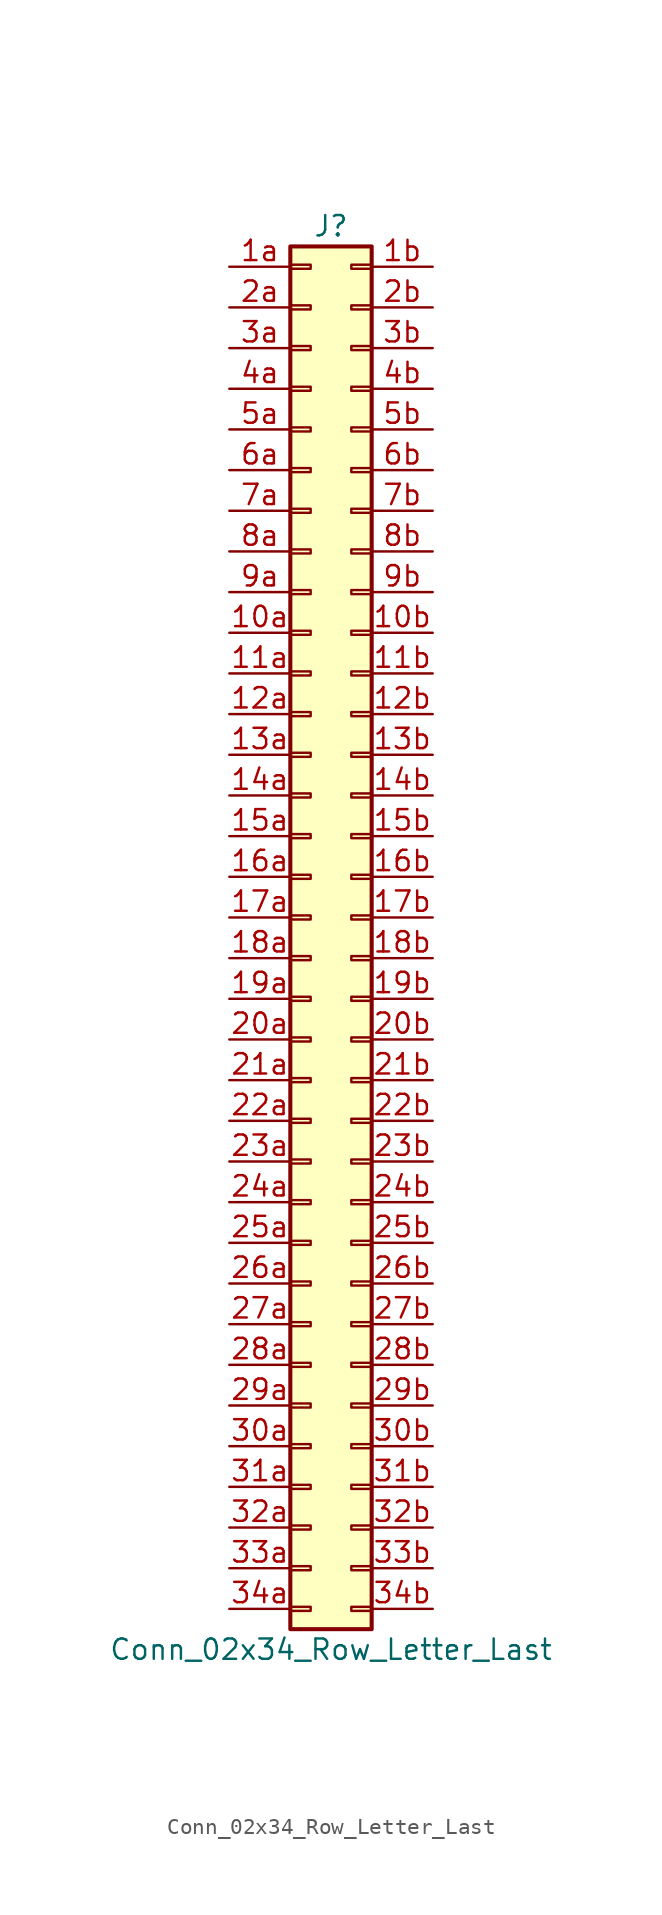
<source format=kicad_sym>
(kicad_symbol_lib
  (version 20220914)
  (generator kicad_symbol_editor)
  (symbol "Conn_02x34_Row_Letter_Last"
    (pin_names
      (offset 1.016) hide)
    (property "Reference" "J"
      (at 1.27 43.18 0)
      (effects (font (size 1.27 1.27))))
    (property "Value" "Conn_02x34_Row_Letter_Last"
      (at 1.27 -45.72 0)
      (effects (font (size 1.27 1.27))))
    (symbol "Conn_02x34_Row_Letter_Last_1_1"
      (rectangle (start -1.27 -43.053) (end 0 -43.307) (stroke (width 0.152) (type default)) (fill (type none)))
      (rectangle (start -1.27 -40.513) (end 0 -40.767) (stroke (width 0.152) (type default)) (fill (type none)))
      (rectangle (start -1.27 -37.973) (end 0 -38.227) (stroke (width 0.152) (type default)) (fill (type none)))
      (rectangle (start -1.27 -35.433) (end 0 -35.687) (stroke (width 0.152) (type default)) (fill (type none)))
      (rectangle (start -1.27 -32.893) (end 0 -33.147) (stroke (width 0.152) (type default)) (fill (type none)))
      (rectangle (start -1.27 -30.353) (end 0 -30.607) (stroke (width 0.152) (type default)) (fill (type none)))
      (rectangle (start -1.27 -27.813) (end 0 -28.067) (stroke (width 0.152) (type default)) (fill (type none)))
      (rectangle (start -1.27 -25.273) (end 0 -25.527) (stroke (width 0.152) (type default)) (fill (type none)))
      (rectangle (start -1.27 -22.733) (end 0 -22.987) (stroke (width 0.152) (type default)) (fill (type none)))
      (rectangle (start -1.27 -20.193) (end 0 -20.447) (stroke (width 0.152) (type default)) (fill (type none)))
      (rectangle (start -1.27 -17.653) (end 0 -17.907) (stroke (width 0.152) (type default)) (fill (type none)))
      (rectangle (start -1.27 -15.113) (end 0 -15.367) (stroke (width 0.152) (type default)) (fill (type none)))
      (rectangle (start -1.27 -12.573) (end 0 -12.827) (stroke (width 0.152) (type default)) (fill (type none)))
      (rectangle (start -1.27 -10.033) (end 0 -10.287) (stroke (width 0.152) (type default)) (fill (type none)))
      (rectangle (start -1.27 -7.493) (end 0 -7.747) (stroke (width 0.152) (type default)) (fill (type none)))
      (rectangle (start -1.27 -4.953) (end 0 -5.207) (stroke (width 0.152) (type default)) (fill (type none)))
      (rectangle (start -1.27 -2.413) (end 0 -2.667) (stroke (width 0.152) (type default)) (fill (type none)))
      (rectangle (start -1.27 0.127) (end 0 -0.127) (stroke (width 0.152) (type default)) (fill (type none)))
      (rectangle (start -1.27 2.667) (end 0 2.413) (stroke (width 0.152) (type default)) (fill (type none)))
      (rectangle (start -1.27 5.207) (end 0 4.953) (stroke (width 0.152) (type default)) (fill (type none)))
      (rectangle (start -1.27 7.747) (end 0 7.493) (stroke (width 0.152) (type default)) (fill (type none)))
      (rectangle (start -1.27 10.287) (end 0 10.033) (stroke (width 0.152) (type default)) (fill (type none)))
      (rectangle (start -1.27 12.827) (end 0 12.573) (stroke (width 0.152) (type default)) (fill (type none)))
      (rectangle (start -1.27 15.367) (end 0 15.113) (stroke (width 0.152) (type default)) (fill (type none)))
      (rectangle (start -1.27 17.907) (end 0 17.653) (stroke (width 0.152) (type default)) (fill (type none)))
      (rectangle (start -1.27 20.447) (end 0 20.193) (stroke (width 0.152) (type default)) (fill (type none)))
      (rectangle (start -1.27 22.987) (end 0 22.733) (stroke (width 0.152) (type default)) (fill (type none)))
      (rectangle (start -1.27 25.527) (end 0 25.273) (stroke (width 0.152) (type default)) (fill (type none)))
      (rectangle (start -1.27 28.067) (end 0 27.813) (stroke (width 0.152) (type default)) (fill (type none)))
      (rectangle (start -1.27 30.607) (end 0 30.353) (stroke (width 0.152) (type default)) (fill (type none)))
      (rectangle (start -1.27 33.147) (end 0 32.893) (stroke (width 0.152) (type default)) (fill (type none)))
      (rectangle (start -1.27 35.687) (end 0 35.433) (stroke (width 0.152) (type default)) (fill (type none)))
      (rectangle (start -1.27 38.227) (end 0 37.973) (stroke (width 0.152) (type default)) (fill (type none)))
      (rectangle (start -1.27 40.767) (end 0 40.513) (stroke (width 0.152) (type default)) (fill (type none)))
      (rectangle (start -1.27 41.91) (end 3.81 -44.45) (stroke (width 0.254) (type default)) (fill (type background)))
      (rectangle (start 3.81 -43.053) (end 2.54 -43.307) (stroke (width 0.152) (type default)) (fill (type none)))
      (rectangle (start 3.81 -40.513) (end 2.54 -40.767) (stroke (width 0.152) (type default)) (fill (type none)))
      (rectangle (start 3.81 -37.973) (end 2.54 -38.227) (stroke (width 0.152) (type default)) (fill (type none)))
      (rectangle (start 3.81 -35.433) (end 2.54 -35.687) (stroke (width 0.152) (type default)) (fill (type none)))
      (rectangle (start 3.81 -32.893) (end 2.54 -33.147) (stroke (width 0.152) (type default)) (fill (type none)))
      (rectangle (start 3.81 -30.353) (end 2.54 -30.607) (stroke (width 0.152) (type default)) (fill (type none)))
      (rectangle (start 3.81 -27.813) (end 2.54 -28.067) (stroke (width 0.152) (type default)) (fill (type none)))
      (rectangle (start 3.81 -25.273) (end 2.54 -25.527) (stroke (width 0.152) (type default)) (fill (type none)))
      (rectangle (start 3.81 -22.733) (end 2.54 -22.987) (stroke (width 0.152) (type default)) (fill (type none)))
      (rectangle (start 3.81 -20.193) (end 2.54 -20.447) (stroke (width 0.152) (type default)) (fill (type none)))
      (rectangle (start 3.81 -17.653) (end 2.54 -17.907) (stroke (width 0.152) (type default)) (fill (type none)))
      (rectangle (start 3.81 -15.113) (end 2.54 -15.367) (stroke (width 0.152) (type default)) (fill (type none)))
      (rectangle (start 3.81 -12.573) (end 2.54 -12.827) (stroke (width 0.152) (type default)) (fill (type none)))
      (rectangle (start 3.81 -10.033) (end 2.54 -10.287) (stroke (width 0.152) (type default)) (fill (type none)))
      (rectangle (start 3.81 -7.493) (end 2.54 -7.747) (stroke (width 0.152) (type default)) (fill (type none)))
      (rectangle (start 3.81 -4.953) (end 2.54 -5.207) (stroke (width 0.152) (type default)) (fill (type none)))
      (rectangle (start 3.81 -2.413) (end 2.54 -2.667) (stroke (width 0.152) (type default)) (fill (type none)))
      (rectangle (start 3.81 0.127) (end 2.54 -0.127) (stroke (width 0.152) (type default)) (fill (type none)))
      (rectangle (start 3.81 2.667) (end 2.54 2.413) (stroke (width 0.152) (type default)) (fill (type none)))
      (rectangle (start 3.81 5.207) (end 2.54 4.953) (stroke (width 0.152) (type default)) (fill (type none)))
      (rectangle (start 3.81 7.747) (end 2.54 7.493) (stroke (width 0.152) (type default)) (fill (type none)))
      (rectangle (start 3.81 10.287) (end 2.54 10.033) (stroke (width 0.152) (type default)) (fill (type none)))
      (rectangle (start 3.81 12.827) (end 2.54 12.573) (stroke (width 0.152) (type default)) (fill (type none)))
      (rectangle (start 3.81 15.367) (end 2.54 15.113) (stroke (width 0.152) (type default)) (fill (type none)))
      (rectangle (start 3.81 17.907) (end 2.54 17.653) (stroke (width 0.152) (type default)) (fill (type none)))
      (rectangle (start 3.81 20.447) (end 2.54 20.193) (stroke (width 0.152) (type default)) (fill (type none)))
      (rectangle (start 3.81 22.987) (end 2.54 22.733) (stroke (width 0.152) (type default)) (fill (type none)))
      (rectangle (start 3.81 25.527) (end 2.54 25.273) (stroke (width 0.152) (type default)) (fill (type none)))
      (rectangle (start 3.81 28.067) (end 2.54 27.813) (stroke (width 0.152) (type default)) (fill (type none)))
      (rectangle (start 3.81 30.607) (end 2.54 30.353) (stroke (width 0.152) (type default)) (fill (type none)))
      (rectangle (start 3.81 33.147) (end 2.54 32.893) (stroke (width 0.152) (type default)) (fill (type none)))
      (rectangle (start 3.81 35.687) (end 2.54 35.433) (stroke (width 0.152) (type default)) (fill (type none)))
      (rectangle (start 3.81 38.227) (end 2.54 37.973) (stroke (width 0.152) (type default)) (fill (type none)))
      (rectangle (start 3.81 40.767) (end 2.54 40.513) (stroke (width 0.152) (type default)) (fill (type none)))
      (pin passive line (at -5.08 17.78 0) (length 3.81) (name "Pin_10a" (effects (font (size 1.27 1.27)))) (number "10a" (effects (font (size 1.27 1.27)))))
      (pin passive line (at 7.62 17.78 180) (length 3.81) (name "Pin_10b" (effects (font (size 1.27 1.27)))) (number "10b" (effects (font (size 1.27 1.27)))))
      (pin passive line (at -5.08 15.24 0) (length 3.81) (name "Pin_11a" (effects (font (size 1.27 1.27)))) (number "11a" (effects (font (size 1.27 1.27)))))
      (pin passive line (at 7.62 15.24 180) (length 3.81) (name "Pin_11b" (effects (font (size 1.27 1.27)))) (number "11b" (effects (font (size 1.27 1.27)))))
      (pin passive line (at -5.08 12.7 0) (length 3.81) (name "Pin_12a" (effects (font (size 1.27 1.27)))) (number "12a" (effects (font (size 1.27 1.27)))))
      (pin passive line (at 7.62 12.7 180) (length 3.81) (name "Pin_12b" (effects (font (size 1.27 1.27)))) (number "12b" (effects (font (size 1.27 1.27)))))
      (pin passive line (at -5.08 10.16 0) (length 3.81) (name "Pin_13a" (effects (font (size 1.27 1.27)))) (number "13a" (effects (font (size 1.27 1.27)))))
      (pin passive line (at 7.62 10.16 180) (length 3.81) (name "Pin_13b" (effects (font (size 1.27 1.27)))) (number "13b" (effects (font (size 1.27 1.27)))))
      (pin passive line (at -5.08 7.62 0) (length 3.81) (name "Pin_14a" (effects (font (size 1.27 1.27)))) (number "14a" (effects (font (size 1.27 1.27)))))
      (pin passive line (at 7.62 7.62 180) (length 3.81) (name "Pin_14b" (effects (font (size 1.27 1.27)))) (number "14b" (effects (font (size 1.27 1.27)))))
      (pin passive line (at -5.08 5.08 0) (length 3.81) (name "Pin_15a" (effects (font (size 1.27 1.27)))) (number "15a" (effects (font (size 1.27 1.27)))))
      (pin passive line (at 7.62 5.08 180) (length 3.81) (name "Pin_15b" (effects (font (size 1.27 1.27)))) (number "15b" (effects (font (size 1.27 1.27)))))
      (pin passive line (at -5.08 2.54 0) (length 3.81) (name "Pin_16a" (effects (font (size 1.27 1.27)))) (number "16a" (effects (font (size 1.27 1.27)))))
      (pin passive line (at 7.62 2.54 180) (length 3.81) (name "Pin_16b" (effects (font (size 1.27 1.27)))) (number "16b" (effects (font (size 1.27 1.27)))))
      (pin passive line (at -5.08 0 0) (length 3.81) (name "Pin_17a" (effects (font (size 1.27 1.27)))) (number "17a" (effects (font (size 1.27 1.27)))))
      (pin passive line (at 7.62 0 180) (length 3.81) (name "Pin_17b" (effects (font (size 1.27 1.27)))) (number "17b" (effects (font (size 1.27 1.27)))))
      (pin passive line (at -5.08 -2.54 0) (length 3.81) (name "Pin_18a" (effects (font (size 1.27 1.27)))) (number "18a" (effects (font (size 1.27 1.27)))))
      (pin passive line (at 7.62 -2.54 180) (length 3.81) (name "Pin_18b" (effects (font (size 1.27 1.27)))) (number "18b" (effects (font (size 1.27 1.27)))))
      (pin passive line (at -5.08 -5.08 0) (length 3.81) (name "Pin_19a" (effects (font (size 1.27 1.27)))) (number "19a" (effects (font (size 1.27 1.27)))))
      (pin passive line (at 7.62 -5.08 180) (length 3.81) (name "Pin_19b" (effects (font (size 1.27 1.27)))) (number "19b" (effects (font (size 1.27 1.27)))))
      (pin passive line (at -5.08 40.64 0) (length 3.81) (name "Pin_1a" (effects (font (size 1.27 1.27)))) (number "1a" (effects (font (size 1.27 1.27)))))
      (pin passive line (at 7.62 40.64 180) (length 3.81) (name "Pin_1b" (effects (font (size 1.27 1.27)))) (number "1b" (effects (font (size 1.27 1.27)))))
      (pin passive line (at -5.08 -7.62 0) (length 3.81) (name "Pin_20a" (effects (font (size 1.27 1.27)))) (number "20a" (effects (font (size 1.27 1.27)))))
      (pin passive line (at 7.62 -7.62 180) (length 3.81) (name "Pin_20b" (effects (font (size 1.27 1.27)))) (number "20b" (effects (font (size 1.27 1.27)))))
      (pin passive line (at -5.08 -10.16 0) (length 3.81) (name "Pin_21a" (effects (font (size 1.27 1.27)))) (number "21a" (effects (font (size 1.27 1.27)))))
      (pin passive line (at 7.62 -10.16 180) (length 3.81) (name "Pin_21b" (effects (font (size 1.27 1.27)))) (number "21b" (effects (font (size 1.27 1.27)))))
      (pin passive line (at -5.08 -12.7 0) (length 3.81) (name "Pin_22a" (effects (font (size 1.27 1.27)))) (number "22a" (effects (font (size 1.27 1.27)))))
      (pin passive line (at 7.62 -12.7 180) (length 3.81) (name "Pin_22b" (effects (font (size 1.27 1.27)))) (number "22b" (effects (font (size 1.27 1.27)))))
      (pin passive line (at -5.08 -15.24 0) (length 3.81) (name "Pin_23a" (effects (font (size 1.27 1.27)))) (number "23a" (effects (font (size 1.27 1.27)))))
      (pin passive line (at 7.62 -15.24 180) (length 3.81) (name "Pin_23b" (effects (font (size 1.27 1.27)))) (number "23b" (effects (font (size 1.27 1.27)))))
      (pin passive line (at -5.08 -17.78 0) (length 3.81) (name "Pin_24a" (effects (font (size 1.27 1.27)))) (number "24a" (effects (font (size 1.27 1.27)))))
      (pin passive line (at 7.62 -17.78 180) (length 3.81) (name "Pin_24b" (effects (font (size 1.27 1.27)))) (number "24b" (effects (font (size 1.27 1.27)))))
      (pin passive line (at -5.08 -20.32 0) (length 3.81) (name "Pin_25a" (effects (font (size 1.27 1.27)))) (number "25a" (effects (font (size 1.27 1.27)))))
      (pin passive line (at 7.62 -20.32 180) (length 3.81) (name "Pin_25b" (effects (font (size 1.27 1.27)))) (number "25b" (effects (font (size 1.27 1.27)))))
      (pin passive line (at -5.08 -22.86 0) (length 3.81) (name "Pin_26a" (effects (font (size 1.27 1.27)))) (number "26a" (effects (font (size 1.27 1.27)))))
      (pin passive line (at 7.62 -22.86 180) (length 3.81) (name "Pin_26b" (effects (font (size 1.27 1.27)))) (number "26b" (effects (font (size 1.27 1.27)))))
      (pin passive line (at -5.08 -25.4 0) (length 3.81) (name "Pin_27a" (effects (font (size 1.27 1.27)))) (number "27a" (effects (font (size 1.27 1.27)))))
      (pin passive line (at 7.62 -25.4 180) (length 3.81) (name "Pin_27b" (effects (font (size 1.27 1.27)))) (number "27b" (effects (font (size 1.27 1.27)))))
      (pin passive line (at -5.08 -27.94 0) (length 3.81) (name "Pin_28a" (effects (font (size 1.27 1.27)))) (number "28a" (effects (font (size 1.27 1.27)))))
      (pin passive line (at 7.62 -27.94 180) (length 3.81) (name "Pin_28b" (effects (font (size 1.27 1.27)))) (number "28b" (effects (font (size 1.27 1.27)))))
      (pin passive line (at -5.08 -30.48 0) (length 3.81) (name "Pin_29a" (effects (font (size 1.27 1.27)))) (number "29a" (effects (font (size 1.27 1.27)))))
      (pin passive line (at 7.62 -30.48 180) (length 3.81) (name "Pin_29b" (effects (font (size 1.27 1.27)))) (number "29b" (effects (font (size 1.27 1.27)))))
      (pin passive line (at -5.08 38.1 0) (length 3.81) (name "Pin_2a" (effects (font (size 1.27 1.27)))) (number "2a" (effects (font (size 1.27 1.27)))))
      (pin passive line (at 7.62 38.1 180) (length 3.81) (name "Pin_2b" (effects (font (size 1.27 1.27)))) (number "2b" (effects (font (size 1.27 1.27)))))
      (pin passive line (at -5.08 -33.02 0) (length 3.81) (name "Pin_30a" (effects (font (size 1.27 1.27)))) (number "30a" (effects (font (size 1.27 1.27)))))
      (pin passive line (at 7.62 -33.02 180) (length 3.81) (name "Pin_30b" (effects (font (size 1.27 1.27)))) (number "30b" (effects (font (size 1.27 1.27)))))
      (pin passive line (at -5.08 -35.56 0) (length 3.81) (name "Pin_31a" (effects (font (size 1.27 1.27)))) (number "31a" (effects (font (size 1.27 1.27)))))
      (pin passive line (at 7.62 -35.56 180) (length 3.81) (name "Pin_31b" (effects (font (size 1.27 1.27)))) (number "31b" (effects (font (size 1.27 1.27)))))
      (pin passive line (at -5.08 -38.1 0) (length 3.81) (name "Pin_32a" (effects (font (size 1.27 1.27)))) (number "32a" (effects (font (size 1.27 1.27)))))
      (pin passive line (at 7.62 -38.1 180) (length 3.81) (name "Pin_32b" (effects (font (size 1.27 1.27)))) (number "32b" (effects (font (size 1.27 1.27)))))
      (pin passive line (at -5.08 -40.64 0) (length 3.81) (name "Pin_33a" (effects (font (size 1.27 1.27)))) (number "33a" (effects (font (size 1.27 1.27)))))
      (pin passive line (at 7.62 -40.64 180) (length 3.81) (name "Pin_33b" (effects (font (size 1.27 1.27)))) (number "33b" (effects (font (size 1.27 1.27)))))
      (pin passive line (at -5.08 -43.18 0) (length 3.81) (name "Pin_34a" (effects (font (size 1.27 1.27)))) (number "34a" (effects (font (size 1.27 1.27)))))
      (pin passive line (at 7.62 -43.18 180) (length 3.81) (name "Pin_34b" (effects (font (size 1.27 1.27)))) (number "34b" (effects (font (size 1.27 1.27)))))
      (pin passive line (at -5.08 35.56 0) (length 3.81) (name "Pin_3a" (effects (font (size 1.27 1.27)))) (number "3a" (effects (font (size 1.27 1.27)))))
      (pin passive line (at 7.62 35.56 180) (length 3.81) (name "Pin_3b" (effects (font (size 1.27 1.27)))) (number "3b" (effects (font (size 1.27 1.27)))))
      (pin passive line (at -5.08 33.02 0) (length 3.81) (name "Pin_4a" (effects (font (size 1.27 1.27)))) (number "4a" (effects (font (size 1.27 1.27)))))
      (pin passive line (at 7.62 33.02 180) (length 3.81) (name "Pin_4b" (effects (font (size 1.27 1.27)))) (number "4b" (effects (font (size 1.27 1.27)))))
      (pin passive line (at -5.08 30.48 0) (length 3.81) (name "Pin_5a" (effects (font (size 1.27 1.27)))) (number "5a" (effects (font (size 1.27 1.27)))))
      (pin passive line (at 7.62 30.48 180) (length 3.81) (name "Pin_5b" (effects (font (size 1.27 1.27)))) (number "5b" (effects (font (size 1.27 1.27)))))
      (pin passive line (at -5.08 27.94 0) (length 3.81) (name "Pin_6a" (effects (font (size 1.27 1.27)))) (number "6a" (effects (font (size 1.27 1.27)))))
      (pin passive line (at 7.62 27.94 180) (length 3.81) (name "Pin_6b" (effects (font (size 1.27 1.27)))) (number "6b" (effects (font (size 1.27 1.27)))))
      (pin passive line (at -5.08 25.4 0) (length 3.81) (name "Pin_7a" (effects (font (size 1.27 1.27)))) (number "7a" (effects (font (size 1.27 1.27)))))
      (pin passive line (at 7.62 25.4 180) (length 3.81) (name "Pin_7b" (effects (font (size 1.27 1.27)))) (number "7b" (effects (font (size 1.27 1.27)))))
      (pin passive line (at -5.08 22.86 0) (length 3.81) (name "Pin_8a" (effects (font (size 1.27 1.27)))) (number "8a" (effects (font (size 1.27 1.27)))))
      (pin passive line (at 7.62 22.86 180) (length 3.81) (name "Pin_8b" (effects (font (size 1.27 1.27)))) (number "8b" (effects (font (size 1.27 1.27)))))
      (pin passive line (at -5.08 20.32 0) (length 3.81) (name "Pin_9a" (effects (font (size 1.27 1.27)))) (number "9a" (effects (font (size 1.27 1.27)))))
      (pin passive line (at 7.62 20.32 180) (length 3.81) (name "Pin_9b" (effects (font (size 1.27 1.27)))) (number "9b" (effects (font (size 1.27 1.27))))))))
</source>
